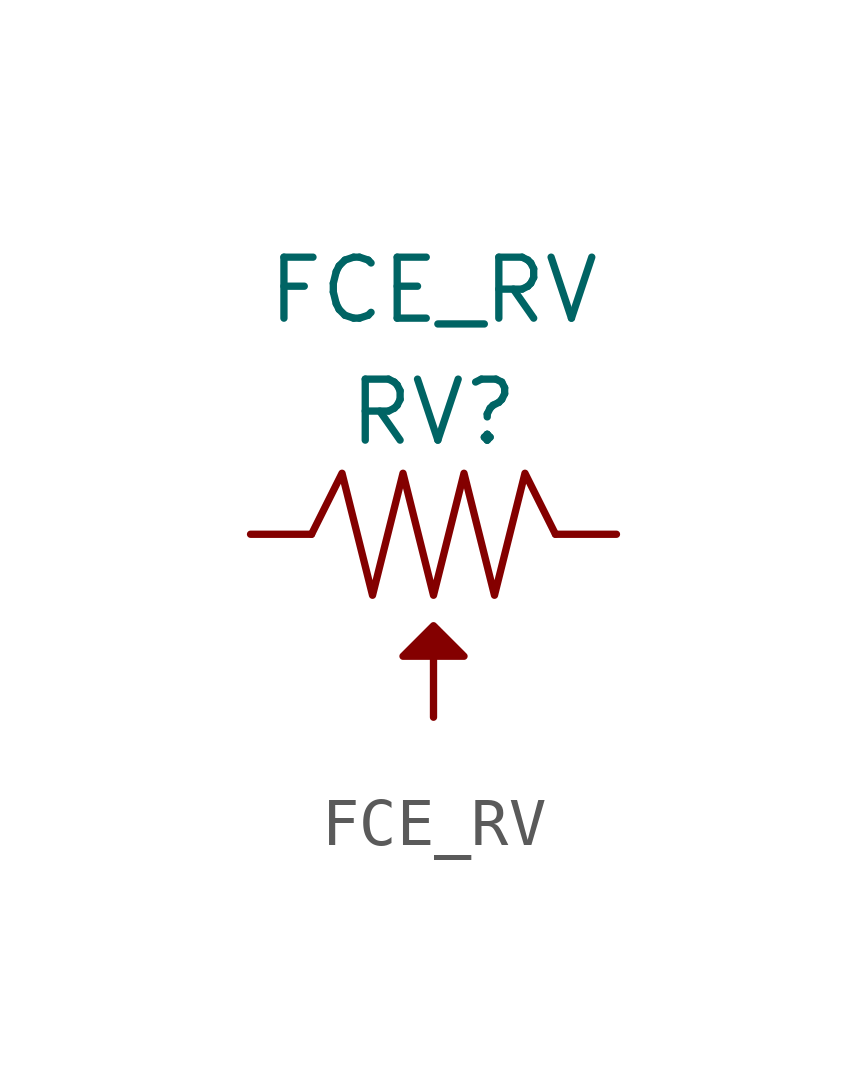
<source format=kicad_sym>
(kicad_symbol_lib
  (version 20211014)
  (generator kicad_symbol_editor)
  (symbol "FCE_RV"
    (pin_numbers hide)
    (pin_names
      (offset 0) hide)
    (property "Reference" "RV"
      (at 0 2.54 0)
      (effects (font (size 1.27 1.27))))
    (property "Value" "FCE_RV"
      (at 0 5.08 0)
      (effects (font (size 1.27 1.27))))
    (property "Footprint" ""
      (at 0 0 0)
      (effects (font (size 1.27 1.27))))
    (property "Datasheet" ""
      (at 0 0 0)
      (effects (font (size 1.27 1.27))))
    (symbol "FCE_RV_0_1"
      (polyline (pts (xy 0.635 -2.54) (xy 0 -1.905) (xy -0.635 -2.54) (xy 0.635 -2.54)) (stroke (width 0) (type default) (color 0 0 0 0)) (fill (type outline)))
      (polyline (pts (xy -2.54 0) (xy -1.905 1.27) (xy -1.27 -1.27) (xy -0.635 1.27) (xy 0 -1.27) (xy 0.635 1.27) (xy 1.27 -1.27) (xy 1.905 1.27) (xy 2.54 0)) (stroke (width 0) (type default) (color 0 0 0 0)) (fill (type none))))
    (symbol "FCE_RV_1_1"
      (pin passive line (at -3.81 0 0) (length 1.27) (name "IN" (effects (font (size 0.813 0.813)))) (number "1" (effects (font (size 0.813 0.813)))))
      (pin passive line (at 0 -3.81 90) (length 1.27) (name "WIPER" (effects (font (size 0.813 0.813)))) (number "2" (effects (font (size 0.813 0.813)))))
      (pin passive line (at 3.81 0 180) (length 1.27) (name "OUT" (effects (font (size 0.813 0.813)))) (number "3" (effects (font (size 0.813 0.813))))))))
</source>
